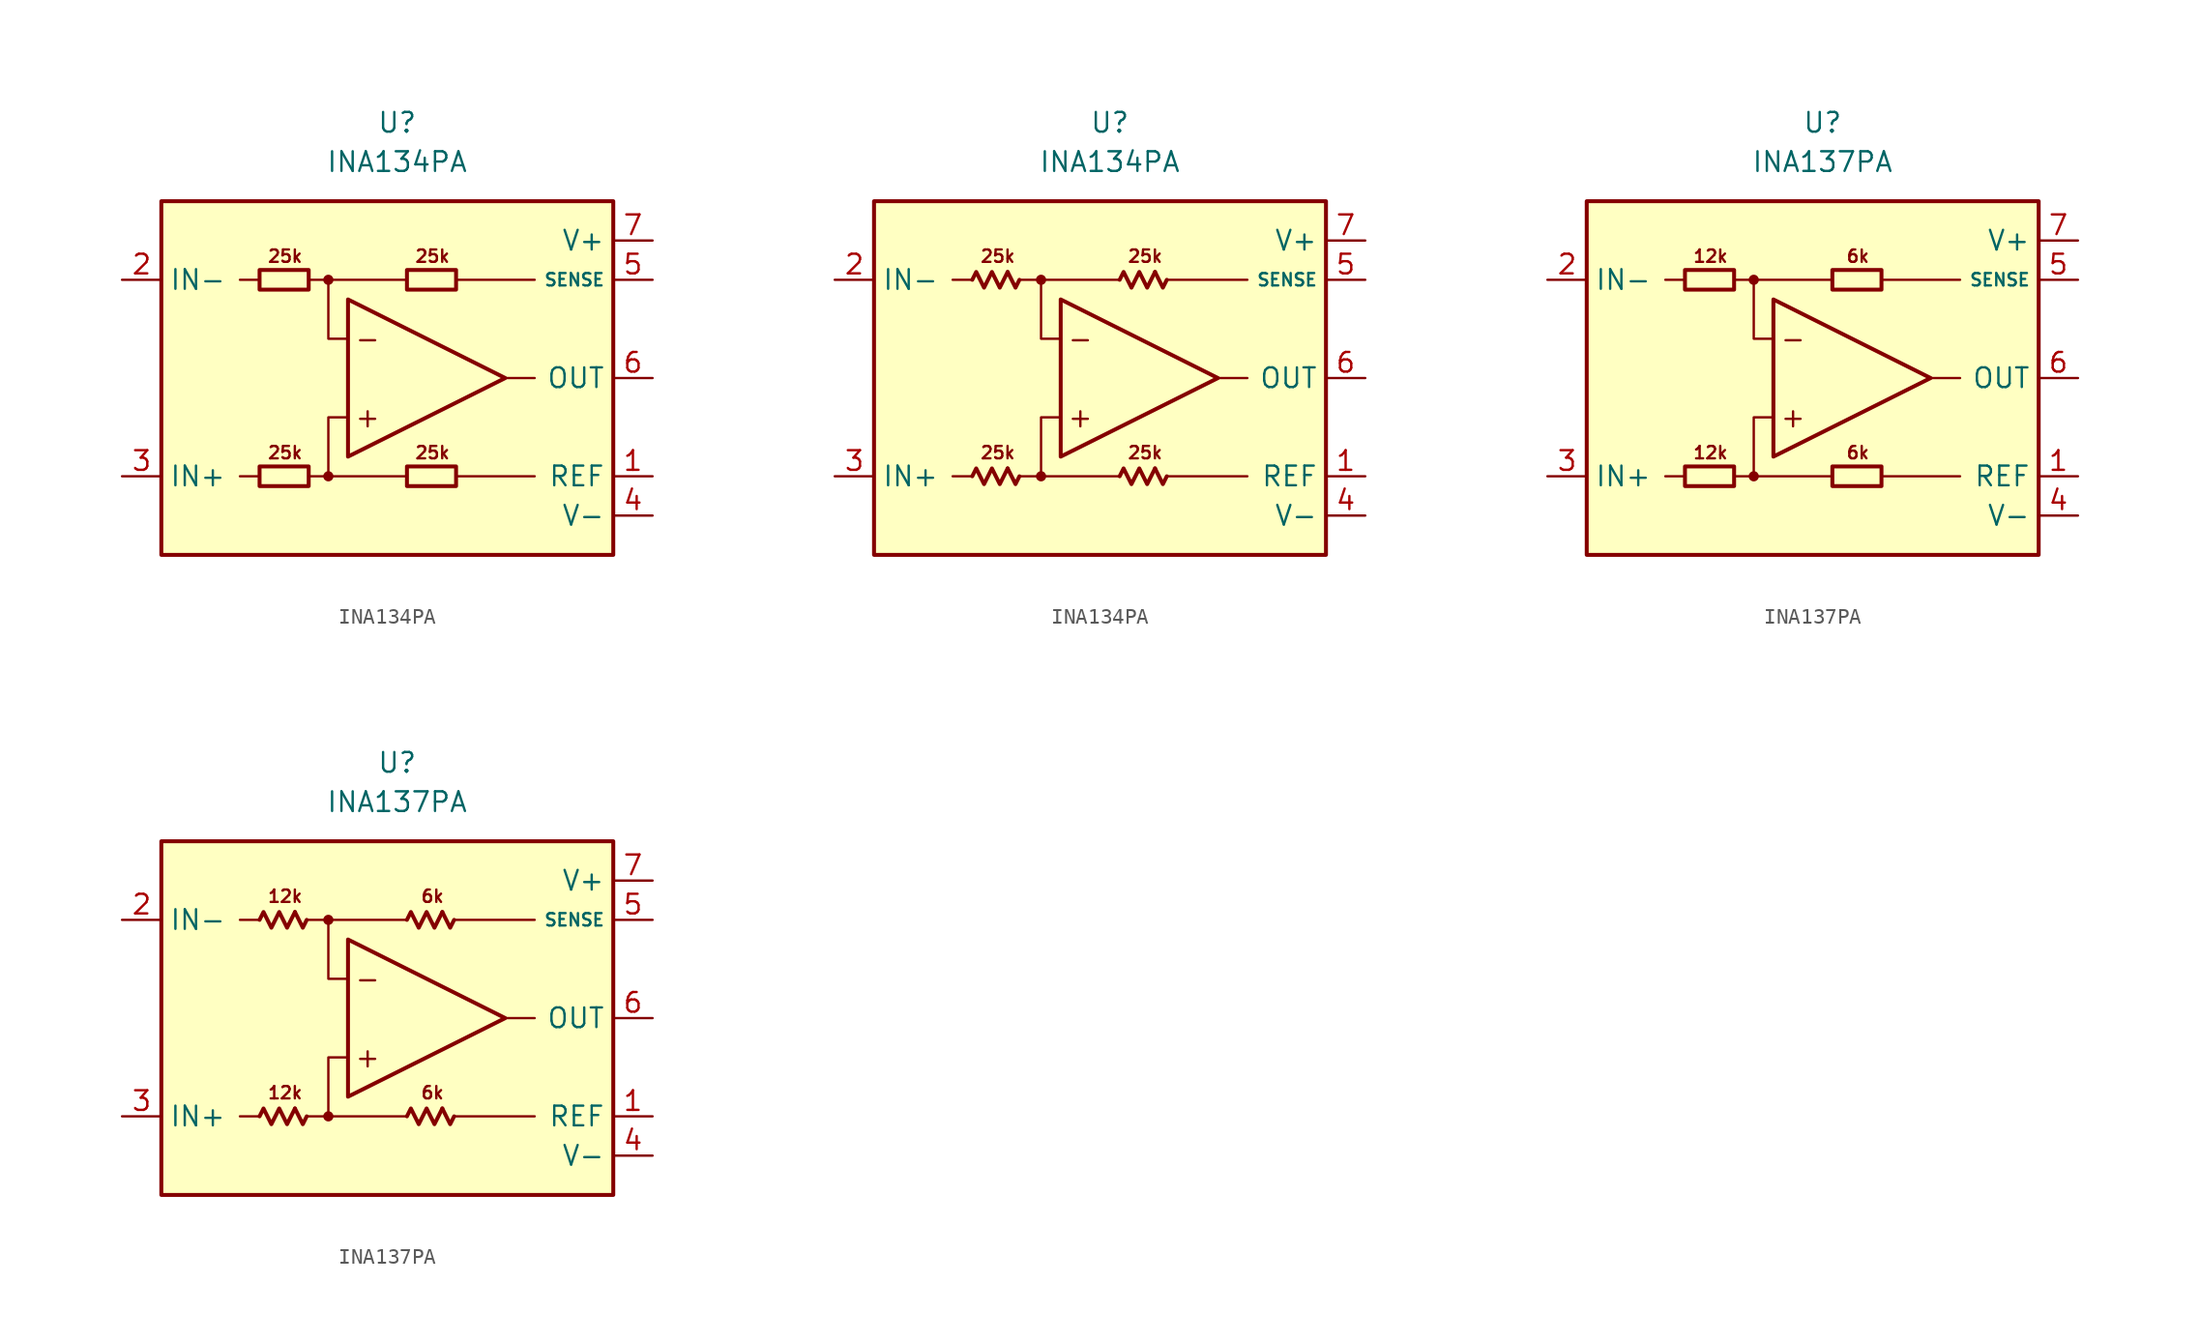
<source format=kicad_sym>
(kicad_symbol_lib
  (version 20231120)
  (generator "kicad_symbol_editor")
  (generator_version "8.0")
  (symbol "INA134PA"
    (property "Reference" "U"
      (at 0 16.51 0)
      (effects (font (size 1.27 1.27))))
    (property "Value" "INA134PA"
      (at 0 13.97 0)
      (effects (font (size 1.27 1.27))))
    (symbol "INA134PA_0_0"
      (rectangle (start -15.24 11.43) (end 13.97 -11.43) (stroke (width 0.254) (type default)) (fill (type background)))
      (circle (center -4.445 -6.35) (radius 0.254) (stroke (width 0.152) (type default)) (fill (type outline)))
      (circle (center -4.445 6.35) (radius 0.254) (stroke (width 0.152) (type default)) (fill (type outline)))
      (polyline (pts (xy -8.89 -6.35) (xy -10.16 -6.35)) (stroke (width 0.152) (type default)) (fill (type none)))
      (polyline (pts (xy -8.89 6.35) (xy -10.16 6.35)) (stroke (width 0.152) (type default)) (fill (type none)))
      (polyline (pts (xy -4.445 6.35) (xy 0.635 6.35)) (stroke (width 0.152) (type default)) (fill (type none)))
      (polyline (pts (xy 0.635 -6.35) (xy -4.445 -6.35)) (stroke (width 0.152) (type default)) (fill (type none)))
      (polyline (pts (xy 3.81 -6.35) (xy 8.89 -6.35)) (stroke (width 0.152) (type default)) (fill (type none)))
      (polyline (pts (xy 3.81 6.35) (xy 8.89 6.35)) (stroke (width 0.152) (type default)) (fill (type none)))
      (polyline (pts (xy 8.89 0) (xy 6.985 0)) (stroke (width 0.152) (type default)) (fill (type none)))
      (polyline (pts (xy -5.715 -6.35) (xy -4.445 -6.35) (xy -4.445 -2.54) (xy -3.175 -2.54)) (stroke (width 0.152) (type default)) (fill (type none)))
      (polyline (pts (xy -3.175 2.54) (xy -4.445 2.54) (xy -4.445 6.35) (xy -5.715 6.35)) (stroke (width 0.152) (type default)) (fill (type none)))
      (polyline (pts (xy -3.175 5.08) (xy -3.175 -5.08) (xy 6.985 0) (xy -3.175 5.08)) (stroke (width 0.254) (type default)) (fill (type none)))
      (text "+" (at -1.905 -2.54 0) (effects (font (size 1.27 1.27))))
      (text "-" (at -1.905 2.54 0) (effects (font (size 1.27 1.27))))
      (text "25k" (at -7.239 -4.826 0) (effects (font (size 0.8 0.8))))
      (text "25k" (at -7.239 7.874 0) (effects (font (size 0.8 0.8))))
      (text "25k" (at 2.286 -4.826 0) (effects (font (size 0.8 0.8))))
      (text "25k" (at 2.286 7.874 0) (effects (font (size 0.8 0.8)))))
    (symbol "INA134PA_0_1"
      (rectangle (start -8.89 -5.715) (end -5.715 -6.985) (stroke (width 0.254) (type default)) (fill (type none)))
      (rectangle (start -8.89 6.985) (end -5.715 5.715) (stroke (width 0.254) (type default)) (fill (type none)))
      (rectangle (start 0.635 -5.715) (end 3.81 -6.985) (stroke (width 0.254) (type default)) (fill (type none)))
      (rectangle (start 0.635 6.985) (end 3.81 5.715) (stroke (width 0.254) (type default)) (fill (type none))))
    (symbol "INA134PA_0_2"
      (polyline (pts (xy -6.604 -5.842) (xy -6.096 -6.858) (xy -5.842 -6.35)) (stroke (width 0.254) (type default)) (fill (type none)))
      (polyline (pts (xy -6.604 6.858) (xy -6.096 5.842) (xy -5.842 6.35)) (stroke (width 0.254) (type default)) (fill (type none)))
      (polyline (pts (xy 2.921 -5.842) (xy 3.429 -6.858) (xy 3.683 -6.35)) (stroke (width 0.254) (type default)) (fill (type none)))
      (polyline (pts (xy 2.921 6.858) (xy 3.429 5.842) (xy 3.683 6.35)) (stroke (width 0.254) (type default)) (fill (type none)))
      (polyline (pts (xy -8.89 -6.35) (xy -8.636 -5.842) (xy -8.128 -6.858) (xy -7.62 -5.842) (xy -7.112 -6.858) (xy -6.604 -5.842)) (stroke (width 0.254) (type default)) (fill (type none)))
      (polyline (pts (xy -8.89 6.35) (xy -8.636 6.858) (xy -8.128 5.842) (xy -7.62 6.858) (xy -7.112 5.842) (xy -6.604 6.858)) (stroke (width 0.254) (type default)) (fill (type none)))
      (polyline (pts (xy 0.635 -6.35) (xy 0.889 -5.842) (xy 1.397 -6.858) (xy 1.905 -5.842) (xy 2.413 -6.858) (xy 2.921 -5.842)) (stroke (width 0.254) (type default)) (fill (type none)))
      (polyline (pts (xy 0.635 6.35) (xy 0.889 6.858) (xy 1.397 5.842) (xy 1.905 6.858) (xy 2.413 5.842) (xy 2.921 6.858)) (stroke (width 0.254) (type default)) (fill (type none))))
    (symbol "INA134PA_1_1"
      (pin input line (at 16.51 -6.35 180) (length 2.54) (name "REF" (effects (font (size 1.27 1.27)))) (number "1" (effects (font (size 1.27 1.27)))))
      (pin input line (at -17.78 6.35 0) (length 2.54) (name "IN-" (effects (font (size 1.27 1.27)))) (number "2" (effects (font (size 1.27 1.27)))))
      (pin input line (at -17.78 -6.35 0) (length 2.54) (name "IN+" (effects (font (size 1.27 1.27)))) (number "3" (effects (font (size 1.27 1.27)))))
      (pin power_in line (at 16.51 -8.89 180) (length 2.54) (name "V-" (effects (font (size 1.27 1.27)))) (number "4" (effects (font (size 1.27 1.27)))))
      (pin input line (at 16.51 6.35 180) (length 2.54) (name "SENSE" (effects (font (size 0.8 0.8)))) (number "5" (effects (font (size 1.27 1.27)))))
      (pin output line (at 16.51 0 180) (length 2.54) (name "OUT" (effects (font (size 1.27 1.27)))) (number "6" (effects (font (size 1.27 1.27)))))
      (pin power_in line (at 16.51 8.89 180) (length 2.54) (name "V+" (effects (font (size 1.27 1.27)))) (number "7" (effects (font (size 1.27 1.27)))))
      (pin free line (at -10.16 0 0) (length 2.54) hide (name "NC" (effects (font (size 1.27 1.27)))) (number "8" (effects (font (size 1.27 1.27))))))
    (symbol "INA134PA_1_2"
      (pin input line (at 16.51 -6.35 180) (length 2.54) (name "REF" (effects (font (size 1.27 1.27)))) (number "1" (effects (font (size 1.27 1.27)))))
      (pin input line (at -17.78 6.35 0) (length 2.54) (name "IN-" (effects (font (size 1.27 1.27)))) (number "2" (effects (font (size 1.27 1.27)))))
      (pin input line (at -17.78 -6.35 0) (length 2.54) (name "IN+" (effects (font (size 1.27 1.27)))) (number "3" (effects (font (size 1.27 1.27)))))
      (pin power_in line (at 16.51 -8.89 180) (length 2.54) (name "V-" (effects (font (size 1.27 1.27)))) (number "4" (effects (font (size 1.27 1.27)))))
      (pin input line (at 16.51 6.35 180) (length 2.54) (name "SENSE" (effects (font (size 0.8 0.8)))) (number "5" (effects (font (size 1.27 1.27)))))
      (pin output line (at 16.51 0 180) (length 2.54) (name "OUT" (effects (font (size 1.27 1.27)))) (number "6" (effects (font (size 1.27 1.27)))))
      (pin power_in line (at 16.51 8.89 180) (length 2.54) (name "V+" (effects (font (size 1.27 1.27)))) (number "7" (effects (font (size 1.27 1.27)))))
      (pin free line (at -10.16 0 0) (length 2.54) hide (name "NC" (effects (font (size 1.27 1.27)))) (number "8" (effects (font (size 1.27 1.27)))))))
  (symbol "INA137PA"
    (property "Reference" "U"
      (at 0 16.51 0)
      (effects (font (size 1.27 1.27))))
    (property "Value" "INA137PA"
      (at 0 13.97 0)
      (effects (font (size 1.27 1.27))))
    (symbol "INA137PA_0_0"
      (rectangle (start -15.24 11.43) (end 13.97 -11.43) (stroke (width 0.254) (type default)) (fill (type background)))
      (circle (center -4.445 -6.35) (radius 0.254) (stroke (width 0.152) (type default)) (fill (type outline)))
      (circle (center -4.445 6.35) (radius 0.254) (stroke (width 0.152) (type default)) (fill (type outline)))
      (polyline (pts (xy -8.89 -6.35) (xy -10.16 -6.35)) (stroke (width 0.152) (type default)) (fill (type none)))
      (polyline (pts (xy -8.89 6.35) (xy -10.16 6.35)) (stroke (width 0.152) (type default)) (fill (type none)))
      (polyline (pts (xy -4.445 6.35) (xy 0.635 6.35)) (stroke (width 0.152) (type default)) (fill (type none)))
      (polyline (pts (xy 0.635 -6.35) (xy -4.445 -6.35)) (stroke (width 0.152) (type default)) (fill (type none)))
      (polyline (pts (xy 3.81 -6.35) (xy 8.89 -6.35)) (stroke (width 0.152) (type default)) (fill (type none)))
      (polyline (pts (xy 3.81 6.35) (xy 8.89 6.35)) (stroke (width 0.152) (type default)) (fill (type none)))
      (polyline (pts (xy 8.89 0) (xy 6.985 0)) (stroke (width 0.152) (type default)) (fill (type none)))
      (polyline (pts (xy -5.715 -6.35) (xy -4.445 -6.35) (xy -4.445 -2.54) (xy -3.175 -2.54)) (stroke (width 0.152) (type default)) (fill (type none)))
      (polyline (pts (xy -3.175 2.54) (xy -4.445 2.54) (xy -4.445 6.35) (xy -5.715 6.35)) (stroke (width 0.152) (type default)) (fill (type none)))
      (polyline (pts (xy -3.175 5.08) (xy -3.175 -5.08) (xy 6.985 0) (xy -3.175 5.08)) (stroke (width 0.254) (type default)) (fill (type none)))
      (text "+" (at -1.905 -2.54 0) (effects (font (size 1.27 1.27))))
      (text "-" (at -1.905 2.54 0) (effects (font (size 1.27 1.27))))
      (text "12k" (at -7.239 -4.826 0) (effects (font (size 0.8 0.8))))
      (text "12k" (at -7.239 7.874 0) (effects (font (size 0.8 0.8))))
      (text "6k" (at 2.286 -4.826 0) (effects (font (size 0.8 0.8))))
      (text "6k" (at 2.286 7.874 0) (effects (font (size 0.8 0.8)))))
    (symbol "INA137PA_0_1"
      (rectangle (start -8.89 -5.715) (end -5.715 -6.985) (stroke (width 0.254) (type default)) (fill (type none)))
      (rectangle (start -8.89 6.985) (end -5.715 5.715) (stroke (width 0.254) (type default)) (fill (type none)))
      (rectangle (start 0.635 -5.715) (end 3.81 -6.985) (stroke (width 0.254) (type default)) (fill (type none)))
      (rectangle (start 0.635 6.985) (end 3.81 5.715) (stroke (width 0.254) (type default)) (fill (type none))))
    (symbol "INA137PA_0_2"
      (polyline (pts (xy -6.604 -5.842) (xy -6.096 -6.858) (xy -5.842 -6.35)) (stroke (width 0.254) (type default)) (fill (type none)))
      (polyline (pts (xy -6.604 6.858) (xy -6.096 5.842) (xy -5.842 6.35)) (stroke (width 0.254) (type default)) (fill (type none)))
      (polyline (pts (xy 2.921 -5.842) (xy 3.429 -6.858) (xy 3.683 -6.35)) (stroke (width 0.254) (type default)) (fill (type none)))
      (polyline (pts (xy 2.921 6.858) (xy 3.429 5.842) (xy 3.683 6.35)) (stroke (width 0.254) (type default)) (fill (type none)))
      (polyline (pts (xy -8.89 -6.35) (xy -8.636 -5.842) (xy -8.128 -6.858) (xy -7.62 -5.842) (xy -7.112 -6.858) (xy -6.604 -5.842)) (stroke (width 0.254) (type default)) (fill (type none)))
      (polyline (pts (xy -8.89 6.35) (xy -8.636 6.858) (xy -8.128 5.842) (xy -7.62 6.858) (xy -7.112 5.842) (xy -6.604 6.858)) (stroke (width 0.254) (type default)) (fill (type none)))
      (polyline (pts (xy 0.635 -6.35) (xy 0.889 -5.842) (xy 1.397 -6.858) (xy 1.905 -5.842) (xy 2.413 -6.858) (xy 2.921 -5.842)) (stroke (width 0.254) (type default)) (fill (type none)))
      (polyline (pts (xy 0.635 6.35) (xy 0.889 6.858) (xy 1.397 5.842) (xy 1.905 6.858) (xy 2.413 5.842) (xy 2.921 6.858)) (stroke (width 0.254) (type default)) (fill (type none))))
    (symbol "INA137PA_1_1"
      (pin input line (at 16.51 -6.35 180) (length 2.54) (name "REF" (effects (font (size 1.27 1.27)))) (number "1" (effects (font (size 1.27 1.27)))))
      (pin input line (at -17.78 6.35 0) (length 2.54) (name "IN-" (effects (font (size 1.27 1.27)))) (number "2" (effects (font (size 1.27 1.27)))))
      (pin input line (at -17.78 -6.35 0) (length 2.54) (name "IN+" (effects (font (size 1.27 1.27)))) (number "3" (effects (font (size 1.27 1.27)))))
      (pin power_in line (at 16.51 -8.89 180) (length 2.54) (name "V-" (effects (font (size 1.27 1.27)))) (number "4" (effects (font (size 1.27 1.27)))))
      (pin input line (at 16.51 6.35 180) (length 2.54) (name "SENSE" (effects (font (size 0.8 0.8)))) (number "5" (effects (font (size 1.27 1.27)))))
      (pin output line (at 16.51 0 180) (length 2.54) (name "OUT" (effects (font (size 1.27 1.27)))) (number "6" (effects (font (size 1.27 1.27)))))
      (pin power_in line (at 16.51 8.89 180) (length 2.54) (name "V+" (effects (font (size 1.27 1.27)))) (number "7" (effects (font (size 1.27 1.27)))))
      (pin free line (at -10.16 0 0) (length 2.54) hide (name "NC" (effects (font (size 1.27 1.27)))) (number "8" (effects (font (size 1.27 1.27))))))
    (symbol "INA137PA_1_2"
      (pin input line (at 16.51 -6.35 180) (length 2.54) (name "REF" (effects (font (size 1.27 1.27)))) (number "1" (effects (font (size 1.27 1.27)))))
      (pin input line (at -17.78 6.35 0) (length 2.54) (name "IN-" (effects (font (size 1.27 1.27)))) (number "2" (effects (font (size 1.27 1.27)))))
      (pin input line (at -17.78 -6.35 0) (length 2.54) (name "IN+" (effects (font (size 1.27 1.27)))) (number "3" (effects (font (size 1.27 1.27)))))
      (pin power_in line (at 16.51 -8.89 180) (length 2.54) (name "V-" (effects (font (size 1.27 1.27)))) (number "4" (effects (font (size 1.27 1.27)))))
      (pin input line (at 16.51 6.35 180) (length 2.54) (name "SENSE" (effects (font (size 0.8 0.8)))) (number "5" (effects (font (size 1.27 1.27)))))
      (pin output line (at 16.51 0 180) (length 2.54) (name "OUT" (effects (font (size 1.27 1.27)))) (number "6" (effects (font (size 1.27 1.27)))))
      (pin power_in line (at 16.51 8.89 180) (length 2.54) (name "V+" (effects (font (size 1.27 1.27)))) (number "7" (effects (font (size 1.27 1.27)))))
      (pin free line (at -10.16 0 0) (length 2.54) hide (name "NC" (effects (font (size 1.27 1.27)))) (number "8" (effects (font (size 1.27 1.27))))))))
</source>
